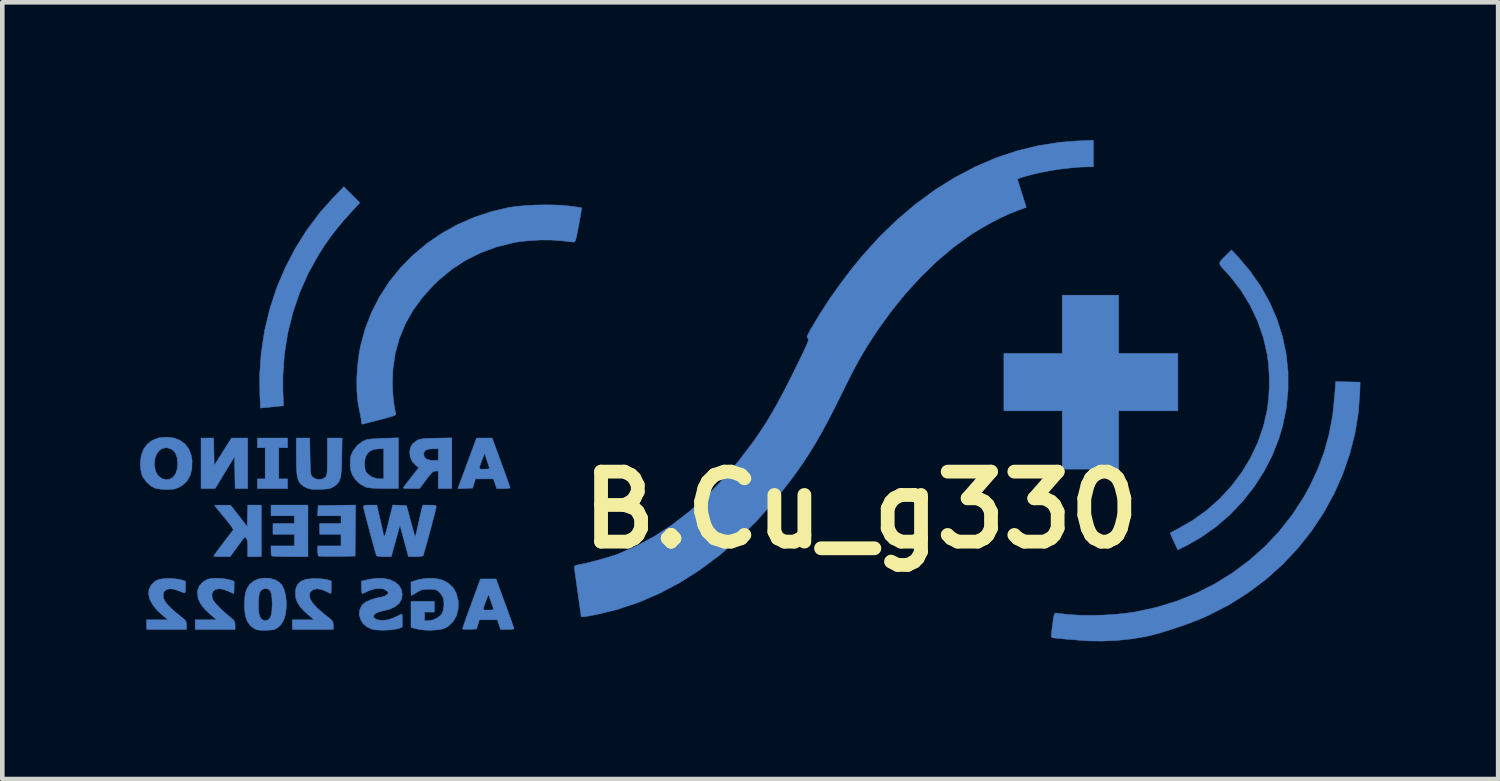
<source format=kicad_pcb>
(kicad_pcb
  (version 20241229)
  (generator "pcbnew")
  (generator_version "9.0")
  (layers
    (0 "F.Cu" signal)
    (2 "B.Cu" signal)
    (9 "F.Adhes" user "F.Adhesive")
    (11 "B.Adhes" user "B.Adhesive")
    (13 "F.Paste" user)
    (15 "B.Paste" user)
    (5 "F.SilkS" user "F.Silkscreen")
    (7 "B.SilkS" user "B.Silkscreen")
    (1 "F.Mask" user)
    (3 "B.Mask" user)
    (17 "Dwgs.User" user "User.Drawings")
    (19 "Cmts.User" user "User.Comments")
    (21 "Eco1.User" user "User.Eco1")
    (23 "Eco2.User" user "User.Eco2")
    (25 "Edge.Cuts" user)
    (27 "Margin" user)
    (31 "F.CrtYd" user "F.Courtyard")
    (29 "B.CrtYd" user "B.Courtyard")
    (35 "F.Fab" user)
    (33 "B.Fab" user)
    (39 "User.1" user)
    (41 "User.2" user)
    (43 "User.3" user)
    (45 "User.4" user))
  (footprint "B.Cu_g330"
    (layer "F.Cu")
    (at 15.7 8.055)
    (property "Reference" "B.Cu_g330" (at 0 0 0) (layer "F.SilkS") (effects (font (size 1.524 1.524) (thickness 0.3))))
    (attr through_hole)
    (fp_poly (pts (xy -14.086 -0.968) (xy -13.709 -1.566) (xy -13.356 -1.566) (xy -13.356 -0.466) (xy -13.63 -0.466) (xy -13.636 -0.814) (xy -13.642 -1.162) (xy -13.854 -0.815) (xy -14.065 -0.467) (xy -14.372 -0.466) (xy -14.372 -1.566) (xy -14.098 -1.566) (xy -14.086 -0.968)) (stroke (width 0.01) (type solid)) (fill yes) (layer "B.Cu"))
    (fp_poly (pts (xy -12.488 -1.355) (xy -12.679 -1.355) (xy -12.679 -0.677) (xy -12.488 -0.677) (xy -12.488 -0.466) (xy -13.145 -0.466) (xy -13.145 -0.677) (xy -12.975 -0.677) (xy -12.975 -1.355) (xy -13.145 -1.355) (xy -13.145 -1.566) (xy -12.488 -1.566) (xy -12.488 -1.355)) (stroke (width 0.01) (type solid)) (fill yes) (layer "B.Cu"))
    (fp_poly (pts (xy 5.609 -3.408) (xy 6.9 -3.408) (xy 6.9 -2.159) (xy 5.609 -2.159) (xy 5.609 -0.889) (xy 4.381 -0.889) (xy 4.381 -2.159) (xy 3.111 -2.159) (xy 3.111 -3.408) (xy 4.381 -3.408) (xy 4.381 -4.678) (xy 5.609 -4.678) (xy 5.609 -3.408)) (stroke (width 0.01) (type solid)) (fill yes) (layer "B.Cu"))
    (fp_poly (pts (xy -12.044 1.016) (xy -12.432 1.016) (xy -12.556 1.015) (xy -12.665 1.013) (xy -12.753 1.01) (xy -12.811 1.006) (xy -12.834 1.002) (xy -12.842 0.974) (xy -12.847 0.919) (xy -12.848 0.885) (xy -12.848 0.783) (xy -12.34 0.783) (xy -12.34 0.529) (xy -12.806 0.529) (xy -12.806 0.296) (xy -12.34 0.296) (xy -12.34 0.127) (xy -12.848 0.127) (xy -12.848 -0.106) (xy -12.044 -0.106) (xy -12.044 1.016)) (stroke (width 0.01) (type solid)) (fill yes) (layer "B.Cu"))
    (fp_poly (pts (xy -11.012 0.449) (xy -11.017 1.005) (xy -11.41 1.011) (xy -11.535 1.012) (xy -11.645 1.012) (xy -11.734 1.01) (xy -11.793 1.007) (xy -11.818 1.002) (xy -11.826 0.974) (xy -11.831 0.919) (xy -11.832 0.885) (xy -11.832 0.783) (xy -11.324 0.783) (xy -11.324 0.529) (xy -11.79 0.529) (xy -11.79 0.296) (xy -11.324 0.296) (xy -11.324 0.127) (xy -11.834 0.127) (xy -11.822 -0.095) (xy -11.414 -0.101) (xy -11.006 -0.107) (xy -11.012 0.449)) (stroke (width 0.01) (type solid)) (fill yes) (layer "B.Cu"))
    (fp_poly (pts (xy -11.089 -6.865) (xy -10.914 -6.691) (xy -11.082 -6.509) (xy -11.265 -6.306) (xy -11.422 -6.117) (xy -11.563 -5.933) (xy -11.696 -5.741) (xy -11.815 -5.554) (xy -12.036 -5.157) (xy -12.222 -4.739) (xy -12.371 -4.304) (xy -12.483 -3.856) (xy -12.556 -3.399) (xy -12.589 -2.936) (xy -12.589 -2.6) (xy -12.577 -2.269) (xy -12.702 -2.256) (xy -12.8 -2.246) (xy -12.906 -2.236) (xy -12.952 -2.231) (xy -13.076 -2.219) (xy -13.091 -2.516) (xy -13.095 -2.951) (xy -13.063 -3.402) (xy -12.994 -3.865) (xy -12.984 -3.919) (xy -12.873 -4.383) (xy -12.724 -4.838) (xy -12.537 -5.279) (xy -12.315 -5.704) (xy -12.061 -6.107) (xy -11.775 -6.485) (xy -11.493 -6.8) (xy -11.263 -7.038) (xy -11.089 -6.865)) (stroke (width 0.01) (type solid)) (fill yes) (layer "B.Cu"))
    (fp_poly (pts (xy -14.953 1.497) (xy -14.847 1.513) (xy -14.811 1.521) (xy -14.711 1.551) (xy -14.711 1.671) (xy -14.713 1.739) (xy -14.718 1.788) (xy -14.723 1.804) (xy -14.747 1.803) (xy -14.797 1.786) (xy -14.845 1.766) (xy -14.956 1.726) (xy -15.051 1.716) (xy -15.127 1.733) (xy -15.177 1.777) (xy -15.197 1.847) (xy -15.198 1.857) (xy -15.189 1.92) (xy -15.16 1.985) (xy -15.108 2.056) (xy -15.029 2.138) (xy -14.92 2.234) (xy -14.78 2.347) (xy -14.726 2.392) (xy -14.7 2.429) (xy -14.69 2.476) (xy -14.69 2.51) (xy -14.69 2.603) (xy -15.557 2.603) (xy -15.557 2.392) (xy -15.088 2.392) (xy -15.191 2.31) (xy -15.324 2.19) (xy -15.423 2.069) (xy -15.486 1.95) (xy -15.514 1.836) (xy -15.505 1.731) (xy -15.459 1.636) (xy -15.376 1.556) (xy -15.344 1.535) (xy -15.276 1.51) (xy -15.18 1.496) (xy -15.068 1.491) (xy -14.953 1.497)) (stroke (width 0.01) (type solid)) (fill yes) (layer "B.Cu"))
    (fp_poly (pts (xy -10.075 -0.466) (xy -10.388 -0.467) (xy -10.553 -0.47) (xy -10.677 -0.478) (xy -10.76 -0.49) (xy -10.782 -0.497) (xy -10.904 -0.562) (xy -11.008 -0.659) (xy -11.07 -0.753) (xy -11.1 -0.822) (xy -11.117 -0.892) (xy -11.123 -0.979) (xy -11.123 -0.98) (xy -10.811 -0.98) (xy -10.802 -0.895) (xy -10.785 -0.838) (xy -10.753 -0.793) (xy -10.752 -0.792) (xy -10.657 -0.719) (xy -10.541 -0.682) (xy -10.483 -0.678) (xy -10.393 -0.677) (xy -10.393 -1.333) (xy -10.493 -1.333) (xy -10.616 -1.318) (xy -10.709 -1.271) (xy -10.773 -1.195) (xy -10.807 -1.089) (xy -10.811 -0.98) (xy -11.123 -0.98) (xy -11.123 -1.015) (xy -11.12 -1.107) (xy -11.11 -1.175) (xy -11.087 -1.236) (xy -11.062 -1.285) (xy -10.973 -1.403) (xy -10.853 -1.493) (xy -10.784 -1.526) (xy -10.741 -1.536) (xy -10.665 -1.545) (xy -10.565 -1.553) (xy -10.45 -1.559) (xy -10.398 -1.561) (xy -10.075 -1.571) (xy -10.075 -0.466)) (stroke (width 0.01) (type solid)) (fill yes) (layer "B.Cu"))
    (fp_poly (pts (xy -13.882 1.496) (xy -13.774 1.515) (xy -13.732 1.527) (xy -13.652 1.552) (xy -13.652 1.686) (xy -13.654 1.755) (xy -13.657 1.804) (xy -13.661 1.82) (xy -13.683 1.812) (xy -13.732 1.791) (xy -13.783 1.768) (xy -13.86 1.738) (xy -13.937 1.719) (xy -13.975 1.715) (xy -14.058 1.731) (xy -14.113 1.775) (xy -14.137 1.842) (xy -14.127 1.923) (xy -14.109 1.964) (xy -14.075 2.012) (xy -14.015 2.079) (xy -13.938 2.157) (xy -13.85 2.238) (xy -13.759 2.316) (xy -13.732 2.338) (xy -13.675 2.386) (xy -13.645 2.423) (xy -13.633 2.464) (xy -13.631 2.511) (xy -13.631 2.603) (xy -14.499 2.603) (xy -14.499 2.392) (xy -14.031 2.392) (xy -14.16 2.284) (xy -14.293 2.159) (xy -14.385 2.038) (xy -14.437 1.919) (xy -14.45 1.8) (xy -14.445 1.75) (xy -14.409 1.655) (xy -14.339 1.575) (xy -14.245 1.517) (xy -14.202 1.502) (xy -14.113 1.489) (xy -14.001 1.487) (xy -13.882 1.496)) (stroke (width 0.01) (type solid)) (fill yes) (layer "B.Cu"))
    (fp_poly (pts (xy -11.799 1.497) (xy -11.707 1.505) (xy -11.636 1.518) (xy -11.626 1.52) (xy -11.536 1.547) (xy -11.536 1.684) (xy -11.537 1.753) (xy -11.541 1.803) (xy -11.546 1.82) (xy -11.57 1.811) (xy -11.616 1.788) (xy -11.636 1.778) (xy -11.748 1.732) (xy -11.848 1.717) (xy -11.93 1.734) (xy -11.989 1.783) (xy -11.993 1.788) (xy -12.014 1.856) (xy -11.997 1.937) (xy -11.94 2.029) (xy -11.844 2.135) (xy -11.709 2.253) (xy -11.652 2.297) (xy -11.578 2.355) (xy -11.532 2.395) (xy -11.506 2.428) (xy -11.496 2.461) (xy -11.494 2.503) (xy -11.493 2.511) (xy -11.493 2.603) (xy -12.383 2.603) (xy -12.383 2.392) (xy -11.909 2.392) (xy -12.003 2.313) (xy -12.126 2.202) (xy -12.216 2.104) (xy -12.275 2.012) (xy -12.308 1.92) (xy -12.319 1.821) (xy -12.319 1.816) (xy -12.305 1.7) (xy -12.262 1.612) (xy -12.189 1.549) (xy -12.083 1.51) (xy -11.942 1.494) (xy -11.896 1.493) (xy -11.799 1.497)) (stroke (width 0.01) (type solid)) (fill yes) (layer "B.Cu"))
    (fp_poly (pts (xy -8.033 -1.566) (xy -7.837 -1.032) (xy -7.785 -0.89) (xy -7.738 -0.761) (xy -7.699 -0.65) (xy -7.668 -0.563) (xy -7.648 -0.505) (xy -7.641 -0.482) (xy -7.641 -0.482) (xy -7.661 -0.474) (xy -7.711 -0.468) (xy -7.783 -0.466) (xy -7.788 -0.466) (xy -7.934 -0.466) (xy -7.969 -0.572) (xy -8.004 -0.677) (xy -8.396 -0.677) (xy -8.427 -0.577) (xy -8.458 -0.476) (xy -8.619 -0.47) (xy -8.781 -0.464) (xy -8.68 -0.735) (xy -8.631 -0.867) (xy -8.614 -0.913) (xy -8.308 -0.913) (xy -8.296 -0.894) (xy -8.266 -0.889) (xy -8.215 -0.889) (xy -8.201 -0.889) (xy -8.13 -0.892) (xy -8.095 -0.901) (xy -8.091 -0.915) (xy -8.102 -0.948) (xy -8.122 -1.008) (xy -8.147 -1.083) (xy -8.149 -1.09) (xy -8.198 -1.237) (xy -8.245 -1.111) (xy -8.281 -1.014) (xy -8.303 -0.95) (xy -8.308 -0.913) (xy -8.614 -0.913) (xy -8.575 -1.018) (xy -8.519 -1.17) (xy -8.476 -1.286) (xy -8.373 -1.566) (xy -8.033 -1.566)) (stroke (width 0.01) (type solid)) (fill yes) (layer "B.Cu"))
    (fp_poly (pts (xy -13.06 1.016) (xy -13.356 1.016) (xy -13.356 0.828) (xy -13.358 0.729) (xy -13.365 0.664) (xy -13.378 0.626) (xy -13.388 0.613) (xy -13.418 0.595) (xy -13.428 0.595) (xy -13.442 0.614) (xy -13.477 0.661) (xy -13.526 0.727) (xy -13.586 0.808) (xy -13.587 0.81) (xy -13.739 1.016) (xy -13.918 1.016) (xy -13.999 1.015) (xy -14.061 1.011) (xy -14.094 1.006) (xy -14.097 1.004) (xy -14.085 0.984) (xy -14.051 0.936) (xy -14 0.867) (xy -13.937 0.782) (xy -13.892 0.724) (xy -13.821 0.631) (xy -13.759 0.549) (xy -13.71 0.484) (xy -13.679 0.444) (xy -13.671 0.433) (xy -13.678 0.41) (xy -13.71 0.36) (xy -13.763 0.288) (xy -13.833 0.201) (xy -13.865 0.162) (xy -13.938 0.075) (xy -13.999 0.000491) (xy -14.046 -0.057) (xy -14.072 -0.09) (xy -14.076 -0.097) (xy -14.056 -0.101) (xy -14.004 -0.104) (xy -13.93 -0.105) (xy -13.901 -0.105) (xy -13.727 -0.103) (xy -13.547 0.129) (xy -13.367 0.36) (xy -13.361 0.127) (xy -13.355 -0.106) (xy -13.06 -0.106) (xy -13.06 1.016)) (stroke (width 0.01) (type solid)) (fill yes) (layer "B.Cu"))
    (fp_poly (pts (xy -8.911 -0.466) (xy -9.207 -0.466) (xy -9.207 -0.847) (xy -9.269 -0.847) (xy -9.3 -0.842) (xy -9.33 -0.825) (xy -9.367 -0.789) (xy -9.417 -0.729) (xy -9.472 -0.656) (xy -9.614 -0.466) (xy -9.792 -0.466) (xy -9.872 -0.467) (xy -9.934 -0.471) (xy -9.967 -0.476) (xy -9.97 -0.478) (xy -9.957 -0.498) (xy -9.923 -0.545) (xy -9.873 -0.612) (xy -9.812 -0.692) (xy -9.801 -0.705) (xy -9.632 -0.921) (xy -9.695 -0.97) (xy -9.775 -1.057) (xy -9.819 -1.167) (xy -9.824 -1.214) (xy -9.525 -1.214) (xy -9.507 -1.147) (xy -9.454 -1.103) (xy -9.367 -1.081) (xy -9.324 -1.079) (xy -9.207 -1.079) (xy -9.207 -1.333) (xy -9.328 -1.333) (xy -9.428 -1.323) (xy -9.493 -1.293) (xy -9.522 -1.24) (xy -9.525 -1.214) (xy -9.824 -1.214) (xy -9.828 -1.253) (xy -9.814 -1.355) (xy -9.766 -1.438) (xy -9.681 -1.508) (xy -9.671 -1.513) (xy -9.638 -1.53) (xy -9.6 -1.542) (xy -9.547 -1.55) (xy -9.473 -1.556) (xy -9.371 -1.56) (xy -9.255 -1.563) (xy -8.911 -1.57) (xy -8.911 -0.466)) (stroke (width 0.01) (type solid)) (fill yes) (layer "B.Cu"))
    (fp_poly (pts (xy -7.752 2.037) (xy -7.7 2.179) (xy -7.653 2.308) (xy -7.613 2.419) (xy -7.583 2.506) (xy -7.563 2.564) (xy -7.556 2.588) (xy -7.556 2.588) (xy -7.576 2.595) (xy -7.627 2.601) (xy -7.699 2.603) (xy -7.703 2.603) (xy -7.849 2.603) (xy -7.92 2.392) (xy -8.311 2.392) (xy -8.342 2.492) (xy -8.373 2.593) (xy -8.526 2.599) (xy -8.6 2.6) (xy -8.655 2.597) (xy -8.679 2.59) (xy -8.679 2.589) (xy -8.672 2.565) (xy -8.652 2.507) (xy -8.622 2.42) (xy -8.583 2.309) (xy -8.536 2.18) (xy -8.528 2.157) (xy -8.223 2.157) (xy -8.211 2.175) (xy -8.181 2.18) (xy -8.13 2.18) (xy -8.119 2.18) (xy -8.055 2.178) (xy -8.012 2.171) (xy -8.001 2.164) (xy -8.008 2.138) (xy -8.026 2.083) (xy -8.051 2.01) (xy -8.057 1.993) (xy -8.114 1.838) (xy -8.16 1.961) (xy -8.196 2.058) (xy -8.218 2.121) (xy -8.223 2.157) (xy -8.528 2.157) (xy -8.484 2.038) (xy -8.484 2.037) (xy -8.288 1.503) (xy -7.947 1.503) (xy -7.752 2.037)) (stroke (width 0.01) (type solid)) (fill yes) (layer "B.Cu"))
    (fp_poly (pts (xy -11.998 -1.165) (xy -11.995 -1.025) (xy -11.992 -0.92) (xy -11.988 -0.846) (xy -11.983 -0.795) (xy -11.974 -0.761) (xy -11.962 -0.738) (xy -11.947 -0.719) (xy -11.943 -0.715) (xy -11.88 -0.677) (xy -11.803 -0.664) (xy -11.726 -0.675) (xy -11.667 -0.71) (xy -11.661 -0.717) (xy -11.647 -0.738) (xy -11.636 -0.765) (xy -11.629 -0.804) (xy -11.624 -0.862) (xy -11.622 -0.945) (xy -11.621 -1.059) (xy -11.62 -1.167) (xy -11.62 -1.566) (xy -11.3 -1.566) (xy -11.307 -1.148) (xy -11.31 -0.982) (xy -11.317 -0.852) (xy -11.327 -0.752) (xy -11.343 -0.677) (xy -11.367 -0.62) (xy -11.399 -0.576) (xy -11.442 -0.537) (xy -11.479 -0.512) (xy -11.523 -0.486) (xy -11.567 -0.468) (xy -11.623 -0.458) (xy -11.702 -0.452) (xy -11.777 -0.449) (xy -11.884 -0.448) (xy -11.961 -0.451) (xy -12.018 -0.462) (xy -12.068 -0.48) (xy -12.076 -0.483) (xy -12.143 -0.519) (xy -12.195 -0.56) (xy -12.235 -0.61) (xy -12.263 -0.676) (xy -12.281 -0.764) (xy -12.292 -0.878) (xy -12.297 -1.024) (xy -12.298 -1.163) (xy -12.298 -1.566) (xy -12.005 -1.566) (xy -11.998 -1.165)) (stroke (width 0.01) (type solid)) (fill yes) (layer "B.Cu"))
    (fp_poly (pts (xy -14.973 -1.57) (xy -14.834 -1.518) (xy -14.721 -1.436) (xy -14.637 -1.324) (xy -14.584 -1.186) (xy -14.567 -1.077) (xy -14.571 -0.903) (xy -14.607 -0.755) (xy -14.675 -0.633) (xy -14.775 -0.539) (xy -14.84 -0.5) (xy -14.908 -0.47) (xy -14.972 -0.453) (xy -15.049 -0.446) (xy -15.122 -0.445) (xy -15.216 -0.45) (xy -15.304 -0.46) (xy -15.37 -0.474) (xy -15.375 -0.476) (xy -15.47 -0.527) (xy -15.559 -0.608) (xy -15.63 -0.704) (xy -15.658 -0.761) (xy -15.684 -0.867) (xy -15.694 -0.995) (xy -15.389 -0.995) (xy -15.372 -0.88) (xy -15.353 -0.824) (xy -15.302 -0.742) (xy -15.229 -0.687) (xy -15.146 -0.661) (xy -15.06 -0.669) (xy -14.983 -0.711) (xy -14.981 -0.713) (xy -14.922 -0.794) (xy -14.888 -0.907) (xy -14.88 -1.015) (xy -14.894 -1.145) (xy -14.934 -1.246) (xy -15 -1.315) (xy -15.089 -1.35) (xy -15.141 -1.355) (xy -15.225 -1.335) (xy -15.295 -1.283) (xy -15.347 -1.204) (xy -15.379 -1.105) (xy -15.389 -0.995) (xy -15.694 -0.995) (xy -15.695 -1.002) (xy -15.695 -1.017) (xy -15.676 -1.181) (xy -15.625 -1.32) (xy -15.543 -1.433) (xy -15.432 -1.517) (xy -15.295 -1.57) (xy -15.135 -1.587) (xy -15.135 -1.587) (xy -14.973 -1.57)) (stroke (width 0.01) (type solid)) (fill yes) (layer "B.Cu"))
    (fp_poly (pts (xy -9.264 1.491) (xy -9.111 1.528) (xy -8.983 1.596) (xy -8.882 1.693) (xy -8.812 1.818) (xy -8.773 1.969) (xy -8.77 1.997) (xy -8.773 2.157) (xy -8.81 2.302) (xy -8.881 2.426) (xy -8.981 2.525) (xy -9.047 2.567) (xy -9.126 2.594) (xy -9.234 2.611) (xy -9.358 2.619) (xy -9.487 2.617) (xy -9.608 2.605) (xy -9.678 2.59) (xy -9.8 2.557) (xy -9.8 1.99) (xy -9.292 1.99) (xy -9.292 2.223) (xy -9.504 2.223) (xy -9.504 2.413) (xy -9.424 2.413) (xy -9.328 2.397) (xy -9.234 2.355) (xy -9.156 2.294) (xy -9.119 2.244) (xy -9.092 2.163) (xy -9.081 2.065) (xy -9.087 1.967) (xy -9.109 1.89) (xy -9.11 1.888) (xy -9.147 1.833) (xy -9.196 1.779) (xy -9.197 1.778) (xy -9.232 1.75) (xy -9.271 1.734) (xy -9.328 1.727) (xy -9.407 1.725) (xy -9.494 1.727) (xy -9.556 1.737) (xy -9.612 1.76) (xy -9.671 1.794) (xy -9.731 1.83) (xy -9.774 1.855) (xy -9.791 1.863) (xy -9.796 1.843) (xy -9.799 1.792) (xy -9.8 1.721) (xy -9.8 1.716) (xy -9.8 1.57) (xy -9.7 1.535) (xy -9.626 1.515) (xy -9.531 1.498) (xy -9.439 1.488) (xy -9.264 1.491)) (stroke (width 0.01) (type solid)) (fill yes) (layer "B.Cu"))
    (fp_poly (pts (xy 8.207 -5.514) (xy 8.475 -5.198) (xy 8.707 -4.863) (xy 8.902 -4.513) (xy 9.059 -4.149) (xy 9.178 -3.775) (xy 9.258 -3.391) (xy 9.299 -3.002) (xy 9.299 -2.61) (xy 9.26 -2.216) (xy 9.179 -1.823) (xy 9.103 -1.566) (xy 8.957 -1.194) (xy 8.774 -0.838) (xy 8.557 -0.5) (xy 8.308 -0.184) (xy 8.03 0.106) (xy 7.727 0.368) (xy 7.401 0.597) (xy 7.085 0.776) (xy 6.898 0.869) (xy 6.813 0.687) (xy 6.777 0.608) (xy 6.75 0.545) (xy 6.736 0.506) (xy 6.734 0.498) (xy 6.756 0.486) (xy 6.804 0.461) (xy 6.871 0.427) (xy 6.879 0.423) (xy 7.212 0.233) (xy 7.523 0.011) (xy 7.808 -0.241) (xy 8.064 -0.518) (xy 8.291 -0.819) (xy 8.485 -1.14) (xy 8.644 -1.478) (xy 8.766 -1.831) (xy 8.847 -2.189) (xy 8.875 -2.408) (xy 8.889 -2.65) (xy 8.89 -2.9) (xy 8.877 -3.142) (xy 8.85 -3.36) (xy 8.849 -3.371) (xy 8.763 -3.747) (xy 8.638 -4.108) (xy 8.475 -4.454) (xy 8.275 -4.781) (xy 8.038 -5.086) (xy 7.914 -5.223) (xy 7.854 -5.287) (xy 7.818 -5.335) (xy 7.809 -5.375) (xy 7.826 -5.417) (xy 7.871 -5.469) (xy 7.945 -5.543) (xy 7.948 -5.546) (xy 8.068 -5.662) (xy 8.207 -5.514)) (stroke (width 0.01) (type solid)) (fill yes) (layer "B.Cu"))
    (fp_poly (pts (xy -12.868 1.49) (xy -12.756 1.523) (xy -12.662 1.579) (xy -12.607 1.641) (xy -12.562 1.736) (xy -12.531 1.86) (xy -12.515 2.001) (xy -12.516 2.132) (xy -12.537 2.288) (xy -12.577 2.41) (xy -12.637 2.503) (xy -12.691 2.553) (xy -12.735 2.583) (xy -12.778 2.602) (xy -12.832 2.613) (xy -12.91 2.618) (xy -12.952 2.62) (xy -13.051 2.62) (xy -13.12 2.615) (xy -13.173 2.601) (xy -13.212 2.583) (xy -13.299 2.518) (xy -13.363 2.429) (xy -13.404 2.312) (xy -13.424 2.164) (xy -13.425 2.128) (xy -13.122 2.128) (xy -13.116 2.233) (xy -13.098 2.308) (xy -13.069 2.361) (xy -13.059 2.372) (xy -13.005 2.408) (xy -12.944 2.407) (xy -12.923 2.4) (xy -12.878 2.365) (xy -12.847 2.298) (xy -12.829 2.197) (xy -12.823 2.057) (xy -12.823 2.052) (xy -12.828 1.917) (xy -12.843 1.82) (xy -12.869 1.756) (xy -12.91 1.721) (xy -12.968 1.711) (xy -12.996 1.714) (xy -13.035 1.731) (xy -13.069 1.758) (xy -13.09 1.787) (xy -13.104 1.831) (xy -13.114 1.899) (xy -13.119 1.988) (xy -13.122 2.128) (xy -13.425 2.128) (xy -13.426 2.064) (xy -13.421 1.916) (xy -13.403 1.801) (xy -13.37 1.709) (xy -13.32 1.631) (xy -13.302 1.61) (xy -13.215 1.542) (xy -13.107 1.5) (xy -12.988 1.483) (xy -12.868 1.49)) (stroke (width 0.01) (type solid)) (fill yes) (layer "B.Cu"))
    (fp_poly (pts (xy -10.398 1.49) (xy -10.263 1.517) (xy -10.151 1.568) (xy -10.065 1.639) (xy -10.01 1.729) (xy -9.991 1.837) (xy -9.991 1.839) (xy -10.007 1.946) (xy -10.058 2.034) (xy -10.144 2.105) (xy -10.267 2.161) (xy -10.429 2.202) (xy -10.429 2.202) (xy -10.524 2.229) (xy -10.588 2.264) (xy -10.617 2.303) (xy -10.61 2.342) (xy -10.565 2.378) (xy -10.528 2.393) (xy -10.424 2.407) (xy -10.301 2.391) (xy -10.169 2.346) (xy -10.129 2.327) (xy -10.065 2.295) (xy -10.018 2.273) (xy -9.998 2.265) (xy -9.994 2.284) (xy -9.992 2.335) (xy -9.991 2.407) (xy -9.991 2.409) (xy -9.991 2.554) (xy -10.07 2.581) (xy -10.148 2.598) (xy -10.251 2.611) (xy -10.365 2.617) (xy -10.478 2.617) (xy -10.577 2.61) (xy -10.649 2.597) (xy -10.656 2.594) (xy -10.762 2.544) (xy -10.838 2.48) (xy -10.894 2.391) (xy -10.927 2.283) (xy -10.919 2.177) (xy -10.871 2.081) (xy -10.846 2.051) (xy -10.78 2.003) (xy -10.68 1.958) (xy -10.557 1.92) (xy -10.442 1.895) (xy -10.378 1.877) (xy -10.327 1.849) (xy -10.319 1.842) (xy -10.297 1.811) (xy -10.302 1.786) (xy -10.328 1.759) (xy -10.391 1.723) (xy -10.479 1.709) (xy -10.582 1.718) (xy -10.689 1.748) (xy -10.739 1.769) (xy -10.799 1.798) (xy -10.845 1.816) (xy -10.86 1.82) (xy -10.87 1.801) (xy -10.877 1.751) (xy -10.88 1.684) (xy -10.88 1.548) (xy -10.718 1.512) (xy -10.551 1.488) (xy -10.398 1.49)) (stroke (width 0.01) (type solid)) (fill yes) (layer "B.Cu"))
    (fp_poly (pts (xy 10.603 -2.789) (xy 10.869 -2.783) (xy 10.862 -2.551) (xy 10.828 -2.109) (xy 10.755 -1.664) (xy 10.642 -1.221) (xy 10.492 -0.786) (xy 10.309 -0.37) (xy 10.076 0.057) (xy 9.809 0.46) (xy 9.508 0.838) (xy 9.177 1.189) (xy 8.817 1.511) (xy 8.429 1.803) (xy 8.015 2.064) (xy 7.576 2.29) (xy 7.506 2.322) (xy 7.344 2.391) (xy 7.158 2.463) (xy 6.957 2.535) (xy 6.752 2.603) (xy 6.552 2.665) (xy 6.369 2.716) (xy 6.212 2.754) (xy 6.181 2.76) (xy 5.883 2.809) (xy 5.57 2.841) (xy 5.255 2.855) (xy 4.955 2.851) (xy 4.837 2.844) (xy 4.636 2.827) (xy 4.475 2.814) (xy 4.35 2.803) (xy 4.26 2.794) (xy 4.201 2.787) (xy 4.17 2.782) (xy 4.169 2.782) (xy 4.154 2.774) (xy 4.147 2.754) (xy 4.146 2.715) (xy 4.152 2.649) (xy 4.164 2.556) (xy 4.18 2.434) (xy 4.192 2.348) (xy 4.204 2.292) (xy 4.217 2.26) (xy 4.235 2.247) (xy 4.26 2.246) (xy 4.295 2.251) (xy 4.299 2.252) (xy 4.509 2.277) (xy 4.75 2.292) (xy 5.011 2.296) (xy 5.28 2.289) (xy 5.548 2.272) (xy 5.804 2.245) (xy 5.97 2.221) (xy 6.429 2.122) (xy 6.873 1.986) (xy 7.301 1.813) (xy 7.709 1.606) (xy 8.096 1.366) (xy 8.46 1.094) (xy 8.799 0.793) (xy 9.109 0.463) (xy 9.389 0.107) (xy 9.638 -0.274) (xy 9.78 -0.533) (xy 9.954 -0.907) (xy 10.092 -1.281) (xy 10.196 -1.662) (xy 10.27 -2.059) (xy 10.312 -2.461) (xy 10.336 -2.795) (xy 10.603 -2.789)) (stroke (width 0.01) (type solid)) (fill yes) (layer "B.Cu"))
    (fp_poly (pts (xy -10.047 -0.101) (xy -9.898 -0.095) (xy -9.808 0.24) (xy -9.777 0.353) (xy -9.75 0.451) (xy -9.729 0.526) (xy -9.714 0.573) (xy -9.71 0.584) (xy -9.703 0.568) (xy -9.689 0.517) (xy -9.67 0.44) (xy -9.649 0.344) (xy -9.644 0.322) (xy -9.62 0.213) (xy -9.597 0.111) (xy -9.578 0.028) (xy -9.566 -0.025) (xy -9.565 -0.026) (xy -9.545 -0.106) (xy -9.397 -0.106) (xy -9.318 -0.104) (xy -9.272 -0.098) (xy -9.253 -0.085) (xy -9.25 -0.072) (xy -9.255 -0.044) (xy -9.27 0.019) (xy -9.293 0.108) (xy -9.321 0.218) (xy -9.353 0.34) (xy -9.388 0.47) (xy -9.423 0.599) (xy -9.456 0.72) (xy -9.486 0.828) (xy -9.511 0.914) (xy -9.528 0.973) (xy -9.537 0.997) (xy -9.562 1.006) (xy -9.619 1.013) (xy -9.694 1.016) (xy -9.703 1.016) (xy -9.856 1.016) (xy -9.948 0.674) (xy -10.041 0.333) (xy -10.067 0.426) (xy -10.083 0.484) (xy -10.107 0.57) (xy -10.135 0.673) (xy -10.161 0.767) (xy -10.229 1.016) (xy -10.384 1.016) (xy -10.46 1.014) (xy -10.519 1.008) (xy -10.549 0.999) (xy -10.55 0.998) (xy -10.559 0.971) (xy -10.577 0.911) (xy -10.602 0.823) (xy -10.632 0.715) (xy -10.665 0.593) (xy -10.7 0.464) (xy -10.734 0.335) (xy -10.767 0.212) (xy -10.795 0.103) (xy -10.817 0.014) (xy -10.832 -0.047) (xy -10.837 -0.075) (xy -10.828 -0.092) (xy -10.794 -0.102) (xy -10.728 -0.106) (xy -10.692 -0.106) (xy -10.546 -0.106) (xy -10.48 0.175) (xy -10.454 0.285) (xy -10.431 0.386) (xy -10.413 0.468) (xy -10.401 0.521) (xy -10.4 0.526) (xy -10.393 0.559) (xy -10.384 0.574) (xy -10.374 0.566) (xy -10.36 0.532) (xy -10.341 0.468) (xy -10.315 0.372) (xy -10.282 0.238) (xy -10.277 0.216) (xy -10.197 -0.108) (xy -10.047 -0.101)) (stroke (width 0.01) (type solid)) (fill yes) (layer "B.Cu"))
    (fp_poly (pts (xy -6.685 -6.642) (xy -6.491 -6.632) (xy -6.342 -6.618) (xy -6.244 -6.604) (xy -6.163 -6.592) (xy -6.107 -6.583) (xy -6.085 -6.578) (xy -6.085 -6.578) (xy -6.087 -6.557) (xy -6.096 -6.5) (xy -6.11 -6.415) (xy -6.128 -6.309) (xy -6.148 -6.202) (xy -6.173 -6.068) (xy -6.192 -5.971) (xy -6.208 -5.905) (xy -6.222 -5.863) (xy -6.235 -5.842) (xy -6.249 -5.834) (xy -6.256 -5.834) (xy -6.293 -5.837) (xy -6.362 -5.844) (xy -6.451 -5.854) (xy -6.53 -5.863) (xy -6.742 -5.878) (xy -6.978 -5.879) (xy -7.218 -5.866) (xy -7.447 -5.841) (xy -7.563 -5.821) (xy -7.934 -5.729) (xy -8.284 -5.6) (xy -8.612 -5.436) (xy -8.919 -5.235) (xy -9.205 -4.997) (xy -9.304 -4.902) (xy -9.552 -4.627) (xy -9.76 -4.341) (xy -9.927 -4.044) (xy -10.055 -3.733) (xy -10.143 -3.408) (xy -10.193 -3.067) (xy -10.205 -2.774) (xy -10.202 -2.637) (xy -10.192 -2.495) (xy -10.179 -2.357) (xy -10.161 -2.235) (xy -10.142 -2.138) (xy -10.128 -2.091) (xy -10.131 -2.077) (xy -10.155 -2.061) (xy -10.204 -2.042) (xy -10.283 -2.018) (xy -10.396 -1.987) (xy -10.461 -1.97) (xy -10.578 -1.94) (xy -10.682 -1.913) (xy -10.767 -1.891) (xy -10.824 -1.876) (xy -10.843 -1.871) (xy -10.869 -1.871) (xy -10.879 -1.902) (xy -10.88 -1.923) (xy -10.885 -1.974) (xy -10.898 -2.05) (xy -10.917 -2.139) (xy -10.922 -2.163) (xy -10.959 -2.367) (xy -10.978 -2.599) (xy -10.98 -2.851) (xy -10.966 -3.111) (xy -10.935 -3.371) (xy -10.898 -3.575) (xy -10.796 -3.95) (xy -10.656 -4.309) (xy -10.48 -4.65) (xy -10.271 -4.972) (xy -10.03 -5.271) (xy -9.759 -5.547) (xy -9.461 -5.797) (xy -9.138 -6.019) (xy -8.792 -6.212) (xy -8.424 -6.373) (xy -8.038 -6.501) (xy -7.673 -6.586) (xy -7.512 -6.61) (xy -7.321 -6.627) (xy -7.111 -6.639) (xy -6.895 -6.644) (xy -6.685 -6.642)) (stroke (width 0.01) (type solid)) (fill yes) (layer "B.Cu"))
    (fp_poly (pts (xy 5.059 -7.472) (xy 4.916 -7.472) (xy 4.787 -7.467) (xy 4.63 -7.455) (xy 4.456 -7.437) (xy 4.277 -7.414) (xy 4.107 -7.387) (xy 3.958 -7.359) (xy 3.823 -7.329) (xy 3.697 -7.298) (xy 3.586 -7.268) (xy 3.497 -7.241) (xy 3.436 -7.219) (xy 3.409 -7.203) (xy 3.408 -7.201) (xy 3.415 -7.177) (xy 3.432 -7.119) (xy 3.457 -7.037) (xy 3.489 -6.937) (xy 3.504 -6.89) (xy 3.537 -6.786) (xy 3.565 -6.698) (xy 3.586 -6.632) (xy 3.597 -6.596) (xy 3.598 -6.592) (xy 3.58 -6.584) (xy 3.53 -6.565) (xy 3.457 -6.538) (xy 3.403 -6.519) (xy 3.232 -6.451) (xy 3.04 -6.362) (xy 2.837 -6.257) (xy 2.633 -6.143) (xy 2.439 -6.024) (xy 2.375 -5.983) (xy 2.011 -5.718) (xy 1.652 -5.415) (xy 1.302 -5.076) (xy 0.964 -4.705) (xy 0.643 -4.307) (xy 0.362 -3.916) (xy 0.25 -3.747) (xy 0.148 -3.59) (xy 0.055 -3.436) (xy -0.036 -3.28) (xy -0.128 -3.113) (xy -0.224 -2.928) (xy -0.33 -2.718) (xy -0.433 -2.508) (xy -0.588 -2.197) (xy -0.731 -1.92) (xy -0.868 -1.668) (xy -1.001 -1.437) (xy -1.136 -1.219) (xy -1.275 -1.007) (xy -1.423 -0.796) (xy -1.534 -0.645) (xy -1.901 -0.179) (xy -2.283 0.249) (xy -2.679 0.639) (xy -3.089 0.992) (xy -3.511 1.306) (xy -3.945 1.582) (xy -4.39 1.817) (xy -4.846 2.013) (xy -5.312 2.168) (xy -5.747 2.274) (xy -5.878 2.3) (xy -5.972 2.317) (xy -6.036 2.325) (xy -6.075 2.326) (xy -6.093 2.319) (xy -6.096 2.31) (xy -6.099 2.285) (xy -6.107 2.224) (xy -6.12 2.132) (xy -6.136 2.017) (xy -6.155 1.884) (xy -6.17 1.778) (xy -6.191 1.634) (xy -6.209 1.504) (xy -6.224 1.393) (xy -6.236 1.307) (xy -6.243 1.253) (xy -6.244 1.236) (xy -6.225 1.215) (xy -6.177 1.198) (xy -6.165 1.195) (xy -6.058 1.175) (xy -5.923 1.144) (xy -5.773 1.105) (xy -5.62 1.063) (xy -5.476 1.021) (xy -5.353 0.981) (xy -5.302 0.963) (xy -4.9 0.79) (xy -4.504 0.577) (xy -4.116 0.324) (xy -3.737 0.032) (xy -3.369 -0.296) (xy -3.013 -0.66) (xy -2.671 -1.058) (xy -2.344 -1.489) (xy -2.316 -1.528) (xy -2.186 -1.718) (xy -2.063 -1.907) (xy -1.944 -2.105) (xy -1.824 -2.316) (xy -1.699 -2.548) (xy -1.565 -2.808) (xy -1.458 -3.024) (xy -1.369 -3.205) (xy -1.298 -3.351) (xy -1.243 -3.467) (xy -1.201 -3.556) (xy -1.173 -3.622) (xy -1.155 -3.669) (xy -1.147 -3.701) (xy -1.147 -3.721) (xy -1.153 -3.732) (xy -1.157 -3.736) (xy -1.171 -3.75) (xy -1.174 -3.771) (xy -1.163 -3.805) (xy -1.137 -3.859) (xy -1.092 -3.941) (xy -1.074 -3.971) (xy -0.887 -4.283) (xy -0.674 -4.609) (xy -0.441 -4.938) (xy -0.197 -5.259) (xy 0.02 -5.524) (xy 0.393 -5.938) (xy 0.783 -6.316) (xy 1.188 -6.66) (xy 1.607 -6.967) (xy 2.039 -7.237) (xy 2.481 -7.47) (xy 2.933 -7.664) (xy 3.393 -7.819) (xy 3.859 -7.933) (xy 4.33 -8.007) (xy 4.725 -8.037) (xy 5.059 -8.05) (xy 5.059 -7.472)) (stroke (width 0.01) (type solid)) (fill yes) (layer "B.Cu")))
  (gr_rect
    (start -3 -3)
    (end 29.574 13.915)
    (stroke (width 0.1) (type default))
    (fill no)
    (layer "Edge.Cuts")))
</source>
